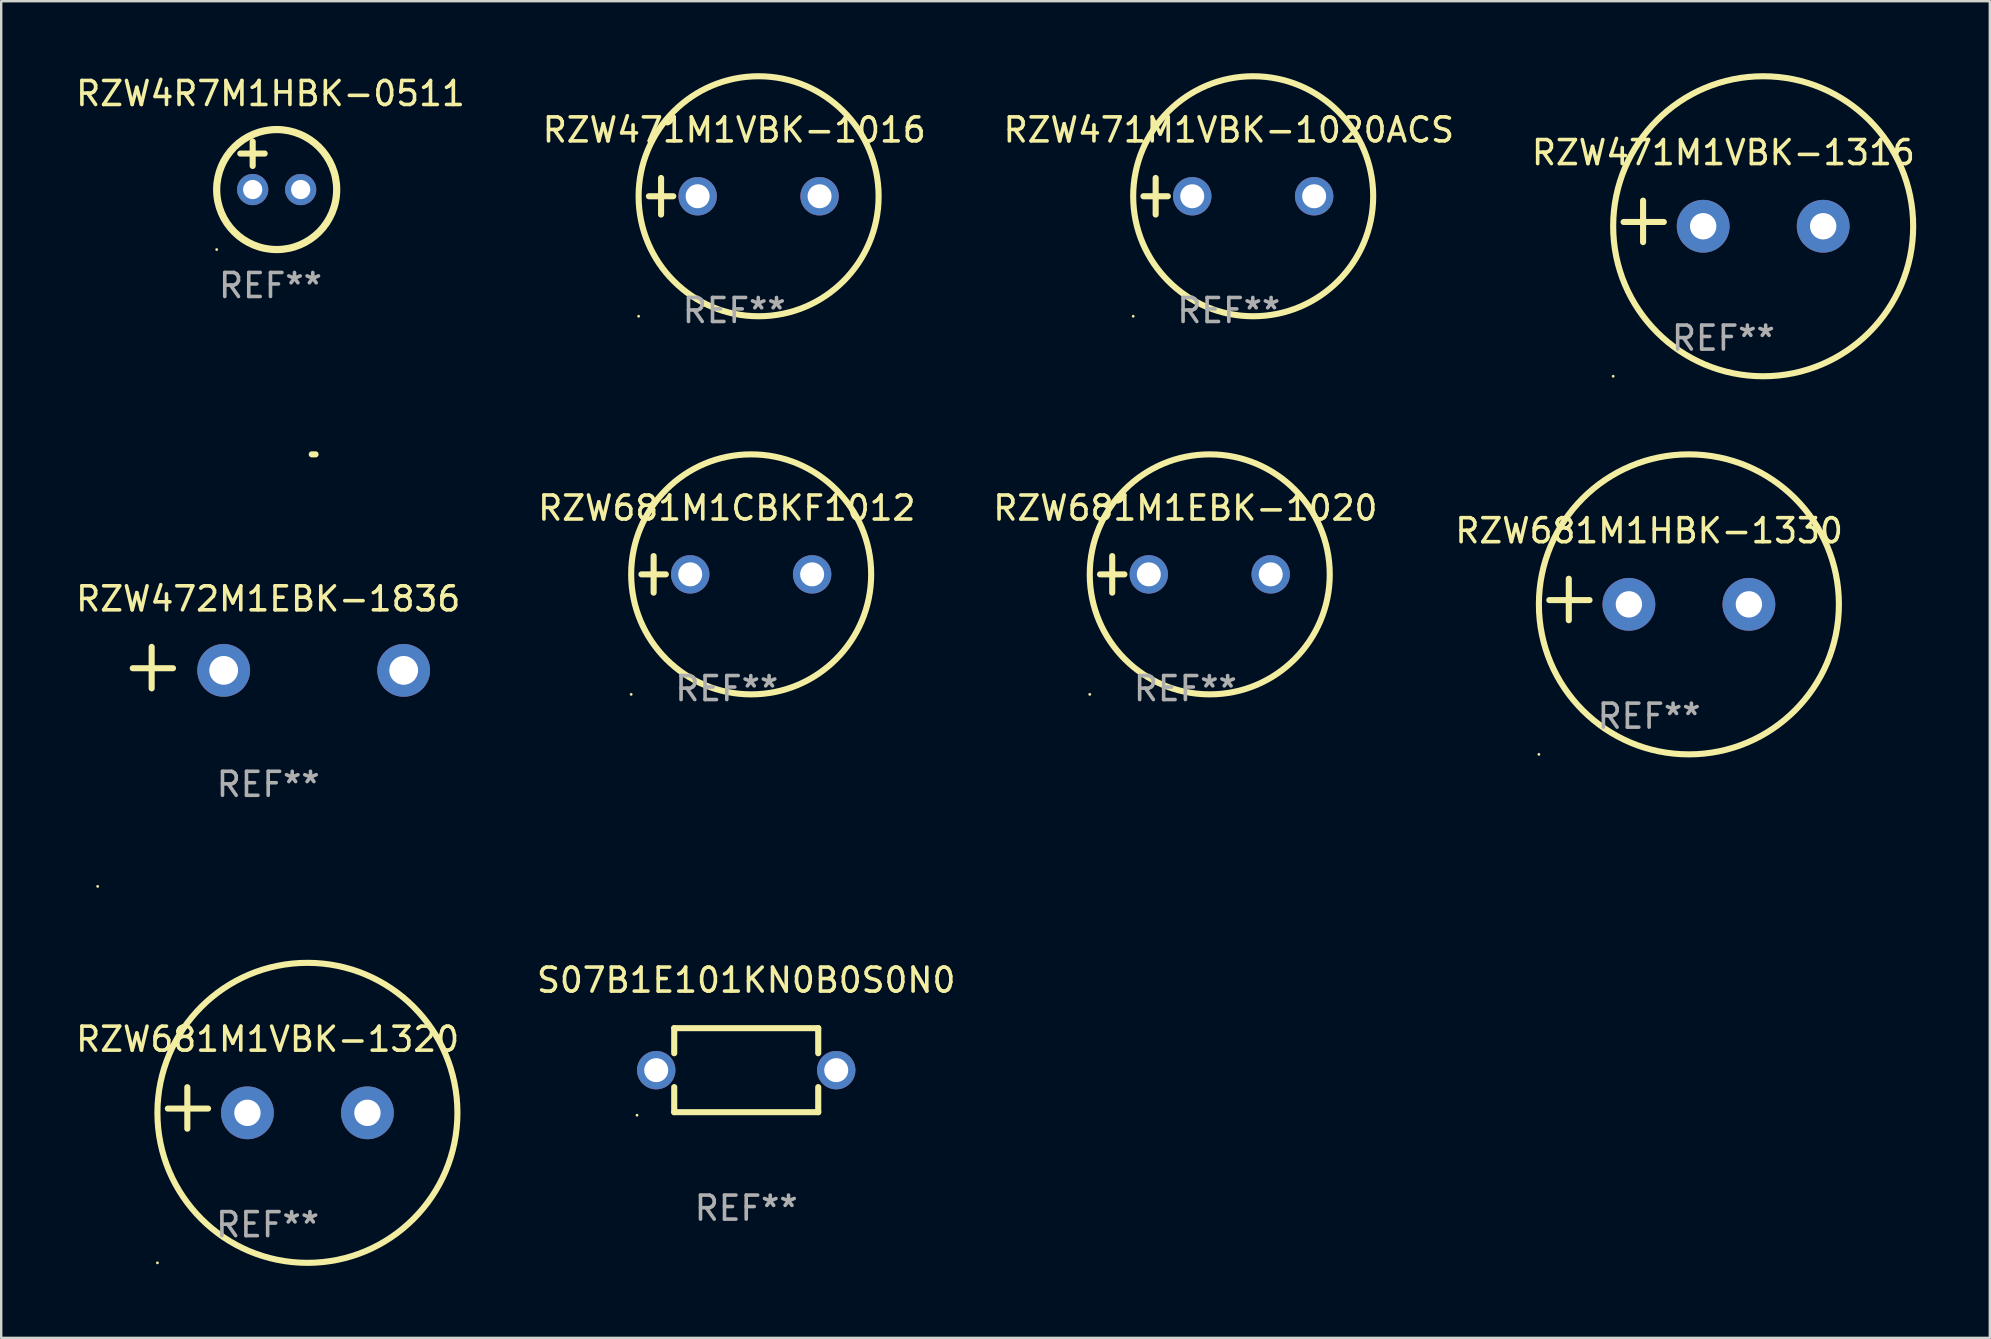
<source format=kicad_pcb>
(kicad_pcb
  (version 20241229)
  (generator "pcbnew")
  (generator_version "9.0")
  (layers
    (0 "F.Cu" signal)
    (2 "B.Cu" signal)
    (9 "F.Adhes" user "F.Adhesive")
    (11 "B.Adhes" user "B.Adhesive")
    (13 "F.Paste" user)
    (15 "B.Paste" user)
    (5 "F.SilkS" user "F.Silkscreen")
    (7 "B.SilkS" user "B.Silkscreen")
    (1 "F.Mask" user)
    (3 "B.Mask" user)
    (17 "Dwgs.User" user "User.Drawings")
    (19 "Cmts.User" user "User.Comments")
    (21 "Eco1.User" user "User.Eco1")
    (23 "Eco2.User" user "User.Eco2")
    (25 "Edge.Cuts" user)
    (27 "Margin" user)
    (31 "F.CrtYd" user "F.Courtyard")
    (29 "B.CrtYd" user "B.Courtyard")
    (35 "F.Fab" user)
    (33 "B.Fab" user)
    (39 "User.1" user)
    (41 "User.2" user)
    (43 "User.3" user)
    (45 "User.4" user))
  (footprint "RZW681M1CBKF1012"
    (layer "F.Cu")
    (at 27.232 20.881)
    (property "Reference" "RZW681M1CBKF1012" (at 0 -2.762 0) (layer "F.SilkS") (effects (font (size 1 1) (thickness 0.15))))
    (attr through_hole)
    (fp_line (start -3.556 0) (end -2.54 0) (stroke (width 0.254) (type solid)) (layer "F.SilkS"))
    (fp_line (start -3.048 -0.762) (end -3.048 0.762) (stroke (width 0.254) (type solid)) (layer "F.SilkS"))
    (fp_circle (center -3.984 5) (end -3.954 5) (stroke (width 0.06) (type solid)) (fill no) (layer "F.SilkS"))
    (fp_circle (center 1.016 0) (end 6.016 0) (stroke (width 0.254) (type solid)) (fill no) (layer "F.SilkS"))
    (fp_text user "REF**" (at 0 4.762 0) (layer "F.Fab") (effects (font (size 1 1) (thickness 0.15))))
    (pad "1" thru_hole circle (at -1.524 0) (size 1.6 1.6) (drill 1) (layers "*.Cu" "*.Mask"))
    (pad "2" thru_hole circle (at 3.556 0) (size 1.6 1.6) (drill 1) (layers "*.Cu" "*.Mask")))
  (footprint "RZW471M1VBK-1016"
    (layer "F.Cu")
    (at 27.542 5.127)
    (property "Reference" "RZW471M1VBK-1016" (at 0 -2.762 0) (layer "F.SilkS") (effects (font (size 1 1) (thickness 0.15))))
    (attr through_hole)
    (fp_line (start -3.556 0) (end -2.54 0) (stroke (width 0.254) (type solid)) (layer "F.SilkS"))
    (fp_line (start -3.048 -0.762) (end -3.048 0.762) (stroke (width 0.254) (type solid)) (layer "F.SilkS"))
    (fp_circle (center -3.984 5) (end -3.954 5) (stroke (width 0.06) (type solid)) (fill no) (layer "F.SilkS"))
    (fp_circle (center 1.016 0) (end 6.016 0) (stroke (width 0.254) (type solid)) (fill no) (layer "F.SilkS"))
    (fp_text user "REF**" (at 0 4.762 0) (layer "F.Fab") (effects (font (size 1 1) (thickness 0.15))))
    (pad "1" thru_hole circle (at -1.524 0) (size 1.6 1.6) (drill 1) (layers "*.Cu" "*.Mask"))
    (pad "2" thru_hole circle (at 3.556 0) (size 1.6 1.6) (drill 1) (layers "*.Cu" "*.Mask")))
  (footprint "RZW681M1VBK-1320"
    (layer "F.Cu")
    (at 8.101 43.114)
    (property "Reference" "RZW681M1VBK-1320" (at 0 -2.864 0) (layer "F.SilkS") (effects (font (size 1 1) (thickness 0.15))))
    (attr through_hole)
    (fp_line (start -3.346 0.864) (end -3.346 -0.864) (stroke (width 0.254) (type solid)) (layer "F.SilkS"))
    (fp_line (start -2.482 0.025) (end -4.158 0.025) (stroke (width 0.254) (type solid)) (layer "F.SilkS"))
    (fp_circle (center -4.592 6.453) (end -4.562 6.453) (stroke (width 0.06) (type solid)) (fill no) (layer "F.SilkS"))
    (fp_circle (center 1.658 0.203) (end 7.908 0.203) (stroke (width 0.254) (type solid)) (fill no) (layer "F.SilkS"))
    (fp_text user "REF**" (at 0 4.864 0) (layer "F.Fab") (effects (font (size 1 1) (thickness 0.15))))
    (pad "1" thru_hole circle (at -0.842 0.203) (size 2.2 2.2) (drill 1.1) (layers "*.Cu" "*.Mask"))
    (pad "2" thru_hole circle (at 4.158 0.203) (size 2.2 2.2) (drill 1.1) (layers "*.Cu" "*.Mask")))
  (footprint "S07B1E101KN0B0S0N0"
    (layer "F.Cu")
    (at 28.042 41.539)
    (property "Reference" "S07B1E101KN0B0S0N0" (at 0 -3.75 0) (layer "F.SilkS") (effects (font (size 1 1) (thickness 0.15))))
    (attr through_hole)
    (fp_line (start -3 -1.75) (end -3 -0.706) (stroke (width 0.254) (type solid)) (layer "F.SilkS"))
    (fp_line (start -3 -1.75) (end 3 -1.75) (stroke (width 0.254) (type solid)) (layer "F.SilkS"))
    (fp_line (start -3 0.706) (end -3 1.75) (stroke (width 0.254) (type solid)) (layer "F.SilkS"))
    (fp_line (start 3 -1.75) (end 3 -0.706) (stroke (width 0.254) (type solid)) (layer "F.SilkS"))
    (fp_line (start 3 0.706) (end 3 1.75) (stroke (width 0.254) (type solid)) (layer "F.SilkS"))
    (fp_line (start 3 1.75) (end -3 1.75) (stroke (width 0.254) (type solid)) (layer "F.SilkS"))
    (fp_circle (center -4.55 1.877) (end -4.52 1.877) (stroke (width 0.06) (type solid)) (fill no) (layer "F.SilkS"))
    (fp_text user "REF**" (at 0 5.75 0) (layer "F.Fab") (effects (font (size 1 1) (thickness 0.15))))
    (pad "1" thru_hole circle (at -3.75 -0.000025) (size 1.6 1.6) (drill 1) (layers "*.Cu" "*.Mask"))
    (pad "2" thru_hole circle (at 3.75 -0.000025) (size 1.6 1.6) (drill 1) (layers "*.Cu" "*.Mask")))
  (footprint "RZW681M1HBK-1330"
    (layer "F.Cu")
    (at 65.661 21.928)
    (property "Reference" "RZW681M1HBK-1330" (at 0 -2.864 0) (layer "F.SilkS") (effects (font (size 1 1) (thickness 0.15))))
    (attr through_hole)
    (fp_line (start -3.346 0.864) (end -3.346 -0.864) (stroke (width 0.254) (type solid)) (layer "F.SilkS"))
    (fp_line (start -2.482 0.025) (end -4.158 0.025) (stroke (width 0.254) (type solid)) (layer "F.SilkS"))
    (fp_circle (center -4.592 6.453) (end -4.562 6.453) (stroke (width 0.06) (type solid)) (fill no) (layer "F.SilkS"))
    (fp_circle (center 1.658 0.203) (end 7.908 0.203) (stroke (width 0.254) (type solid)) (fill no) (layer "F.SilkS"))
    (fp_text user "REF**" (at 0 4.864 0) (layer "F.Fab") (effects (font (size 1 1) (thickness 0.15))))
    (pad "1" thru_hole circle (at -0.842 0.203) (size 2.2 2.2) (drill 1.1) (layers "*.Cu" "*.Mask"))
    (pad "2" thru_hole circle (at 4.158 0.203) (size 2.2 2.2) (drill 1.1) (layers "*.Cu" "*.Mask")))
  (footprint "RZW4R7M1HBK-0511"
    (layer "F.Cu")
    (at 8.22 3.848)
    (property "Reference" "RZW4R7M1HBK-0511" (at 0 -3 0) (layer "F.SilkS") (effects (font (size 1 1) (thickness 0.15))))
    (attr through_hole)
    (fp_line (start -1.258 -0.5) (end -0.242 -0.5) (stroke (width 0.254) (type solid)) (layer "F.SilkS"))
    (fp_line (start -0.742 -1) (end -0.742 0.016) (stroke (width 0.254) (type solid)) (layer "F.SilkS"))
    (fp_circle (center -2.242 3.5) (end -2.212 3.5) (stroke (width 0.06) (type solid)) (fill no) (layer "F.SilkS"))
    (fp_circle (center 0.258 1) (end 2.758 1) (stroke (width 0.3) (type solid)) (fill no) (layer "F.SilkS"))
    (fp_text user "REF**" (at 0 5 0) (layer "F.Fab") (effects (font (size 1 1) (thickness 0.15))))
    (pad "1" thru_hole circle (at -0.742 1) (size 1.3 1.3) (drill 0.8) (layers "*.Cu" "*.Mask"))
    (pad "2" thru_hole circle (at 1.258 1) (size 1.3 1.3) (drill 0.8) (layers "*.Cu" "*.Mask")))
  (footprint "RZW681M1EBK-1020"
    (layer "F.Cu")
    (at 46.339 20.881)
    (property "Reference" "RZW681M1EBK-1020" (at 0 -2.762 0) (layer "F.SilkS") (effects (font (size 1 1) (thickness 0.15))))
    (attr through_hole)
    (fp_line (start -3.556 0) (end -2.54 0) (stroke (width 0.254) (type solid)) (layer "F.SilkS"))
    (fp_line (start -3.048 -0.762) (end -3.048 0.762) (stroke (width 0.254) (type solid)) (layer "F.SilkS"))
    (fp_circle (center -3.984 5) (end -3.954 5) (stroke (width 0.06) (type solid)) (fill no) (layer "F.SilkS"))
    (fp_circle (center 1.016 0) (end 6.016 0) (stroke (width 0.254) (type solid)) (fill no) (layer "F.SilkS"))
    (fp_text user "REF**" (at 0 4.762 0) (layer "F.Fab") (effects (font (size 1 1) (thickness 0.15))))
    (pad "1" thru_hole circle (at -1.524 0) (size 1.6 1.6) (drill 1) (layers "*.Cu" "*.Mask"))
    (pad "2" thru_hole circle (at 3.556 0) (size 1.6 1.6) (drill 1) (layers "*.Cu" "*.Mask")))
  (footprint "RZW471M1VBK-1020ACS"
    (layer "F.Cu")
    (at 48.149 5.127)
    (property "Reference" "RZW471M1VBK-1020ACS" (at 0 -2.762 0) (layer "F.SilkS") (effects (font (size 1 1) (thickness 0.15))))
    (attr through_hole)
    (fp_line (start -3.556 0) (end -2.54 0) (stroke (width 0.254) (type solid)) (layer "F.SilkS"))
    (fp_line (start -3.048 -0.762) (end -3.048 0.762) (stroke (width 0.254) (type solid)) (layer "F.SilkS"))
    (fp_circle (center -3.984 5) (end -3.954 5) (stroke (width 0.06) (type solid)) (fill no) (layer "F.SilkS"))
    (fp_circle (center 1.016 0) (end 6.016 0) (stroke (width 0.254) (type solid)) (fill no) (layer "F.SilkS"))
    (fp_text user "REF**" (at 0 4.762 0) (layer "F.Fab") (effects (font (size 1 1) (thickness 0.15))))
    (pad "1" thru_hole circle (at -1.524 0) (size 1.6 1.6) (drill 1) (layers "*.Cu" "*.Mask"))
    (pad "2" thru_hole circle (at 3.556 0) (size 1.6 1.6) (drill 1) (layers "*.Cu" "*.Mask")))
  (footprint "RZW472M1EBK-1836"
    (layer "F.Cu")
    (at 8.125 24.767)
    (property "Reference" "RZW472M1EBK-1836" (at 0 -2.864 0) (layer "F.SilkS") (effects (font (size 1 1) (thickness 0.15))))
    (attr through_hole)
    (fp_line (start -4.856 0.864) (end -4.856 -0.864) (stroke (width 0.254) (type solid)) (layer "F.SilkS"))
    (fp_line (start -3.967 0.025) (end -5.644 0.025) (stroke (width 0.254) (type solid)) (layer "F.SilkS"))
    (fp_arc (start 1.815024 -8.885649) (mid 1.893764 -8.88599) (end 1.972504 -8.885649) (stroke (width 0.254001) (type solid)) (layer "F.SilkS"))
    (fp_circle (center -7.106 9.114) (end -7.076 9.114) (stroke (width 0.06) (type solid)) (fill no) (layer "F.SilkS"))
    (fp_text user "REF**" (at 0 4.864 0) (layer "F.Fab") (effects (font (size 1 1) (thickness 0.15))))
    (pad "1" thru_hole circle (at -1.856 0.114) (size 2.2 2.2) (drill 1.2) (layers "*.Cu" "*.Mask"))
    (pad "2" thru_hole circle (at 5.644 0.114) (size 2.2 2.2) (drill 1.2) (layers "*.Cu" "*.Mask")))
  (footprint "RZW471M1VBK-1316"
    (layer "F.Cu")
    (at 68.756 6.174)
    (property "Reference" "RZW471M1VBK-1316" (at 0 -2.864 0) (layer "F.SilkS") (effects (font (size 1 1) (thickness 0.15))))
    (attr through_hole)
    (fp_line (start -3.346 0.864) (end -3.346 -0.864) (stroke (width 0.254) (type solid)) (layer "F.SilkS"))
    (fp_line (start -2.482 0.025) (end -4.158 0.025) (stroke (width 0.254) (type solid)) (layer "F.SilkS"))
    (fp_circle (center -4.592 6.453) (end -4.562 6.453) (stroke (width 0.06) (type solid)) (fill no) (layer "F.SilkS"))
    (fp_circle (center 1.658 0.203) (end 7.908 0.203) (stroke (width 0.254) (type solid)) (fill no) (layer "F.SilkS"))
    (fp_text user "REF**" (at 0 4.864 0) (layer "F.Fab") (effects (font (size 1 1) (thickness 0.15))))
    (pad "1" thru_hole circle (at -0.842 0.203) (size 2.2 2.2) (drill 1.1) (layers "*.Cu" "*.Mask"))
    (pad "2" thru_hole circle (at 4.158 0.203) (size 2.2 2.2) (drill 1.1) (layers "*.Cu" "*.Mask")))
  (gr_rect
    (start -3 -3)
    (end 79.857 52.694)
    (stroke (width 0.1) (type default))
    (fill no)
    (layer "Edge.Cuts")))
</source>
